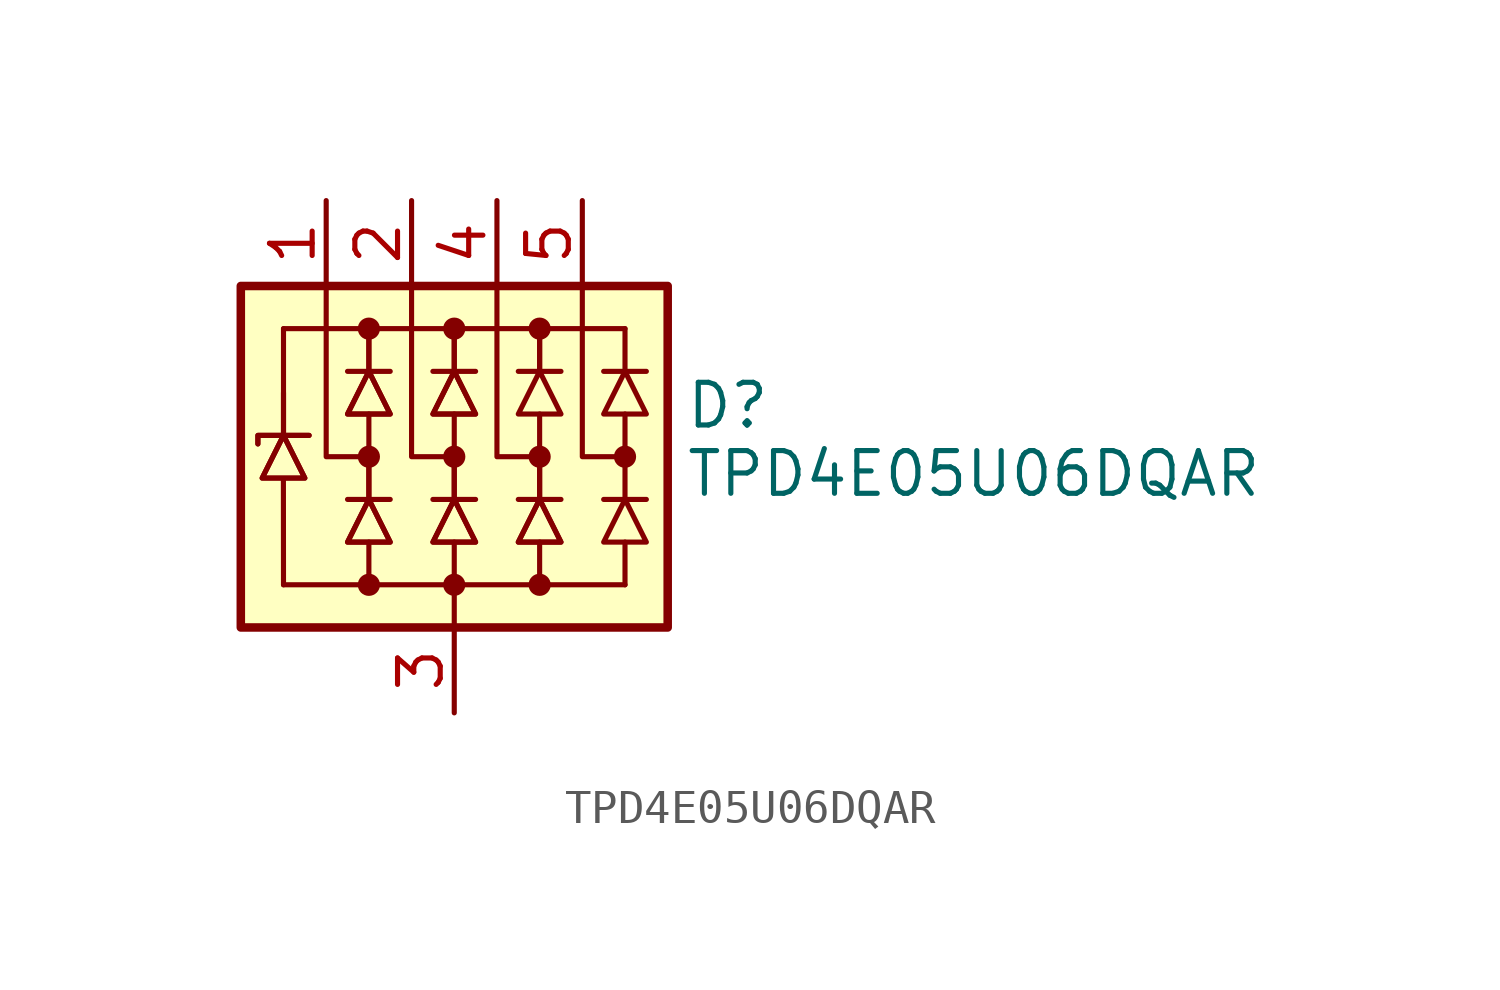
<source format=kicad_sym>
(kicad_symbol_lib
  (version 20241209)
  (generator "kicad_symbol_editor")
  (generator_version "9.0")
  (symbol "TPD4E05U06DQAR"
    (property "Reference" "D"
      (at 6.858 5.334 0)
      (effects (font (size 1.27 1.27)) (justify left)))
    (property "Value" "TPD4E05U06DQAR"
      (at 6.858 3.302 0)
      (effects (font (size 1.27 1.27)) (justify left)))
    (symbol "TPD4E05U06DQAR_0_0"
      (pin passive line (at 0 -3.81 90) (length 2.54) (name "" (effects (font (size 1.27 1.27)))) (number "3" (effects (font (size 1.27 1.27))))))
    (symbol "TPD4E05U06DQAR_0_1"
      (rectangle (start -6.35 8.89) (end 6.35 -1.27) (stroke (width 0.254) (type default)) (fill (type background)))
      (polyline (pts (xy -5.842 4.191) (xy -5.842 4.445) (xy -4.445 4.445) (xy -4.318 4.445)) (stroke (width 0) (type default)) (fill (type none)))
      (polyline (pts (xy -5.842 4.191) (xy -5.842 4.445) (xy -4.445 4.445) (xy -4.318 4.445)) (stroke (width 0) (type default)) (fill (type none)))
      (polyline (pts (xy -5.083 3.102) (xy -5.08 0)) (stroke (width 0) (type default)) (fill (type none)))
      (polyline (pts (xy -5.08 7.62) (xy -5.08 4.445)) (stroke (width 0) (type default)) (fill (type none)))
      (polyline (pts (xy -5.08 5.715) (xy -5.08 4.445)) (stroke (width 0) (type default)) (fill (type none)))
      (polyline (pts (xy -5.08 4.445) (xy -4.445 3.175) (xy -5.715 3.175) (xy -5.08 4.445)) (stroke (width 0) (type default)) (fill (type none)))
      (polyline (pts (xy -5.08 4.445) (xy -4.445 3.175) (xy -5.715 3.175) (xy -5.08 4.445)) (stroke (width 0) (type default)) (fill (type none)))
      (polyline (pts (xy -3.81 8.89) (xy -3.81 3.81) (xy -2.54 3.81)) (stroke (width 0) (type default)) (fill (type none)))
      (circle (center -2.54 7.62) (radius 0.254) (stroke (width 0) (type default)) (fill (type outline)))
      (polyline (pts (xy -2.54 7.62) (xy -2.54 6.35)) (stroke (width 0) (type default)) (fill (type none)))
      (polyline (pts (xy -2.54 7.62) (xy -2.54 6.35)) (stroke (width 0) (type default)) (fill (type none)))
      (polyline (pts (xy -2.54 6.35) (xy -1.905 5.08) (xy -3.175 5.08) (xy -2.54 6.35)) (stroke (width 0) (type default)) (fill (type none)))
      (polyline (pts (xy -2.54 6.35) (xy -1.905 5.08) (xy -3.175 5.08) (xy -2.54 6.35)) (stroke (width 0) (type default)) (fill (type none)))
      (polyline (pts (xy -2.54 5.08) (xy -2.54 2.54)) (stroke (width 0) (type default)) (fill (type none)))
      (circle (center -2.54 3.81) (radius 0.254) (stroke (width 0) (type default)) (fill (type outline)))
      (polyline (pts (xy -2.54 3.81) (xy -2.54 2.54)) (stroke (width 0) (type default)) (fill (type none)))
      (polyline (pts (xy -2.54 2.54) (xy -1.905 1.27) (xy -3.175 1.27) (xy -2.54 2.54)) (stroke (width 0) (type default)) (fill (type none)))
      (polyline (pts (xy -2.54 2.54) (xy -1.905 1.27) (xy -3.175 1.27) (xy -2.54 2.54)) (stroke (width 0) (type default)) (fill (type none)))
      (polyline (pts (xy -2.54 1.27) (xy -2.54 0) (xy 0 0)) (stroke (width 0) (type default)) (fill (type none)))
      (circle (center -2.54 0) (radius 0.254) (stroke (width 0) (type default)) (fill (type outline)))
      (polyline (pts (xy -2.54 0) (xy -5.08 0)) (stroke (width 0) (type default)) (fill (type none)))
      (polyline (pts (xy -1.905 6.35) (xy -3.175 6.35) (xy -2.54 6.35)) (stroke (width 0) (type default)) (fill (type none)))
      (polyline (pts (xy -1.905 2.54) (xy -3.175 2.54) (xy -2.54 2.54)) (stroke (width 0) (type default)) (fill (type none)))
      (polyline (pts (xy -1.27 8.89) (xy -1.27 3.81) (xy 0 3.81)) (stroke (width 0) (type default)) (fill (type none)))
      (circle (center 0 7.62) (radius 0.254) (stroke (width 0) (type default)) (fill (type outline)))
      (polyline (pts (xy 0 7.62) (xy 0 6.35)) (stroke (width 0) (type default)) (fill (type none)))
      (polyline (pts (xy 0 7.62) (xy 0 6.35)) (stroke (width 0) (type default)) (fill (type none)))
      (polyline (pts (xy 0 6.35) (xy 0.635 5.08) (xy -0.635 5.08) (xy 0 6.35)) (stroke (width 0) (type default)) (fill (type none)))
      (polyline (pts (xy 0 6.35) (xy 0.635 5.08) (xy -0.635 5.08) (xy 0 6.35)) (stroke (width 0) (type default)) (fill (type none)))
      (polyline (pts (xy 0 5.08) (xy 0 2.54)) (stroke (width 0) (type default)) (fill (type none)))
      (circle (center 0 3.81) (radius 0.254) (stroke (width 0) (type default)) (fill (type outline)))
      (polyline (pts (xy 0 3.81) (xy 0 2.54)) (stroke (width 0) (type default)) (fill (type none)))
      (polyline (pts (xy 0 2.54) (xy 0.635 1.27) (xy -0.635 1.27) (xy 0 2.54)) (stroke (width 0) (type default)) (fill (type none)))
      (polyline (pts (xy 0 2.54) (xy 0.635 1.27) (xy -0.635 1.27) (xy 0 2.54)) (stroke (width 0) (type default)) (fill (type none)))
      (polyline (pts (xy 0 1.27) (xy 0 0) (xy 2.54 0)) (stroke (width 0) (type default)) (fill (type none)))
      (circle (center 0 0) (radius 0.254) (stroke (width 0) (type default)) (fill (type outline)))
      (polyline (pts (xy 0 -1.27) (xy 0 0)) (stroke (width 0) (type default)) (fill (type none)))
      (polyline (pts (xy 0.635 6.35) (xy -0.635 6.35) (xy 0 6.35)) (stroke (width 0) (type default)) (fill (type none)))
      (polyline (pts (xy 0.635 2.54) (xy -0.635 2.54) (xy 0 2.54)) (stroke (width 0) (type default)) (fill (type none)))
      (polyline (pts (xy 1.27 8.89) (xy 1.27 3.81) (xy 2.54 3.81)) (stroke (width 0) (type default)) (fill (type none)))
      (polyline (pts (xy 2.54 7.62) (xy 2.54 6.35)) (stroke (width 0) (type default)) (fill (type none)))
      (polyline (pts (xy 2.54 7.62) (xy 2.54 6.35)) (stroke (width 0) (type default)) (fill (type none)))
      (circle (center 2.54 7.62) (radius 0.254) (stroke (width 0) (type default)) (fill (type outline)))
      (polyline (pts (xy 2.54 6.35) (xy 3.175 5.08) (xy 1.905 5.08) (xy 2.54 6.35)) (stroke (width 0) (type default)) (fill (type none)))
      (polyline (pts (xy 2.54 5.08) (xy 2.54 2.54)) (stroke (width 0) (type default)) (fill (type none)))
      (polyline (pts (xy 2.54 3.81) (xy 2.54 2.54)) (stroke (width 0) (type default)) (fill (type none)))
      (circle (center 2.54 3.81) (radius 0.254) (stroke (width 0) (type default)) (fill (type outline)))
      (polyline (pts (xy 2.54 2.54) (xy 3.175 1.27) (xy 1.905 1.27) (xy 2.54 2.54)) (stroke (width 0) (type default)) (fill (type none)))
      (polyline (pts (xy 2.54 2.54) (xy 3.175 1.27) (xy 1.905 1.27) (xy 2.54 2.54)) (stroke (width 0) (type default)) (fill (type none)))
      (polyline (pts (xy 2.54 1.27) (xy 2.54 0) (xy 2.54 0) (xy 5.08 0)) (stroke (width 0) (type default)) (fill (type none)))
      (circle (center 2.54 0) (radius 0.254) (stroke (width 0) (type default)) (fill (type outline)))
      (polyline (pts (xy 3.175 6.35) (xy 1.905 6.35) (xy 2.54 6.35)) (stroke (width 0) (type default)) (fill (type none)))
      (polyline (pts (xy 3.175 2.54) (xy 1.905 2.54) (xy 2.54 2.54)) (stroke (width 0) (type default)) (fill (type none)))
      (polyline (pts (xy 3.81 8.89) (xy 3.81 3.81) (xy 5.08 3.81)) (stroke (width 0) (type default)) (fill (type none)))
      (polyline (pts (xy 5.08 7.62) (xy -5.08 7.62)) (stroke (width 0) (type default)) (fill (type none)))
      (polyline (pts (xy 5.08 7.62) (xy 5.08 6.35)) (stroke (width 0) (type default)) (fill (type none)))
      (circle (center 5.08 3.81) (radius 0.254) (stroke (width 0) (type default)) (fill (type outline)))
      (polyline (pts (xy 5.08 2.54) (xy 5.08 5.08)) (stroke (width 0) (type default)) (fill (type none)))
      (polyline (pts (xy 5.08 0) (xy 5.08 1.27)) (stroke (width 0) (type default)) (fill (type none)))
      (polyline (pts (xy 5.715 6.35) (xy 4.445 6.35) (xy 5.08 6.35)) (stroke (width 0) (type default)) (fill (type none)))
      (polyline (pts (xy 5.715 5.08) (xy 4.445 5.08) (xy 5.08 6.35) (xy 5.715 5.08)) (stroke (width 0) (type default)) (fill (type none)))
      (polyline (pts (xy 5.715 2.54) (xy 4.445 2.54) (xy 5.08 2.54)) (stroke (width 0) (type default)) (fill (type none)))
      (polyline (pts (xy 5.715 1.27) (xy 4.445 1.27) (xy 5.08 2.54) (xy 5.715 1.27)) (stroke (width 0) (type default)) (fill (type none))))
    (symbol "TPD4E05U06DQAR_1_0"
      (pin passive line (at 0 -3.81 90) (length 2.54) (hide yes) (name "" (effects (font (size 1.27 1.27)))) (number "8" (effects (font (size 1.27 1.27))))))
    (symbol "TPD4E05U06DQAR_1_1"
      (pin passive line (at -3.81 11.43 270) (length 2.54) (name "" (effects (font (size 1.27 1.27)))) (number "1" (effects (font (size 1.27 1.27)))))
      (pin passive line (at -1.27 11.43 270) (length 2.54) (name "" (effects (font (size 1.27 1.27)))) (number "2" (effects (font (size 1.27 1.27)))))
      (pin passive line (at 1.27 11.43 270) (length 2.54) (name "" (effects (font (size 1.27 1.27)))) (number "4" (effects (font (size 1.27 1.27)))))
      (pin passive line (at 3.81 11.43 270) (length 2.54) (name "" (effects (font (size 1.27 1.27)))) (number "5" (effects (font (size 1.27 1.27))))))))
</source>
